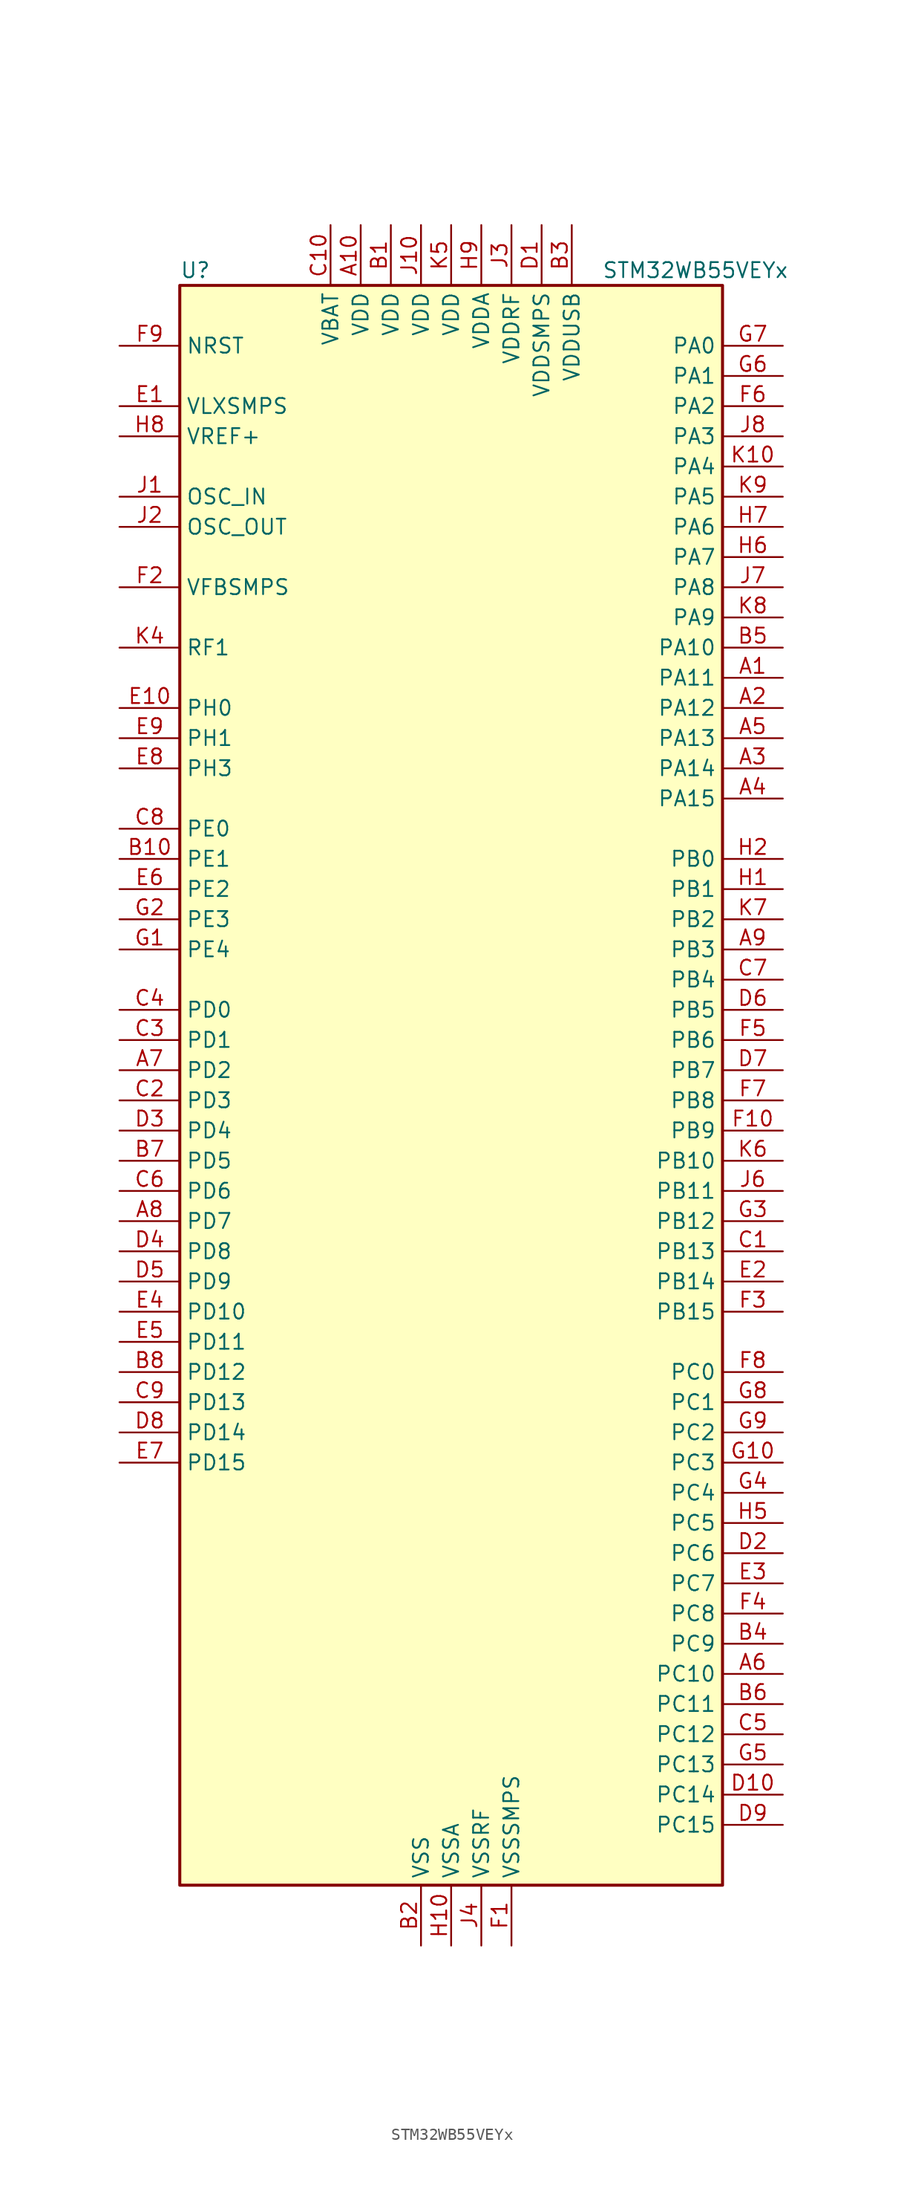
<source format=kicad_sym>
(kicad_symbol_lib
  (version 20231120)
  (generator "kicad-library-utils")
  (generator_version "8.0")
  (symbol "STM32WB55VEYx"
    (property "Reference" "U"
      (at -22.86 69.85 0)
      (effects (font (size 1.27 1.27)) (justify left)))
    (property "Value" "STM32WB55VEYx"
      (at 12.7 69.85 0)
      (effects (font (size 1.27 1.27)) (justify left)))
    (symbol "STM32WB55VEYx_0_1"
      (rectangle (start -22.86 -66.04) (end 22.86 68.58) (stroke (width 0.254) (type default)) (fill (type background))))
    (symbol "STM32WB55VEYx_1_1"
      (pin bidirectional line (at 27.94 35.56 180) (length 5.08) (name "PA11" (effects (font (size 1.27 1.27)))) (number "A1" (effects (font (size 1.27 1.27)))) (alternate "ADC1_EXTI11" bidirectional line) (alternate "SPI1_MISO" bidirectional line) (alternate "TIM1_BKIN2" bidirectional line) (alternate "TIM1_CH4" bidirectional line) (alternate "USART1_CTS" bidirectional line) (alternate "USART1_NSS" bidirectional line) (alternate "USB_DM" bidirectional line))
      (pin power_in line (at -7.62 73.66 270) (length 5.08) (name "VDD" (effects (font (size 1.27 1.27)))) (number "A10" (effects (font (size 1.27 1.27)))))
      (pin bidirectional line (at 27.94 33.02 180) (length 5.08) (name "PA12" (effects (font (size 1.27 1.27)))) (number "A2" (effects (font (size 1.27 1.27)))) (alternate "LPUART1_RX" bidirectional line) (alternate "SPI1_MOSI" bidirectional line) (alternate "TIM1_ETR" bidirectional line) (alternate "USART1_DE" bidirectional line) (alternate "USART1_RTS" bidirectional line) (alternate "USB_DP" bidirectional line))
      (pin bidirectional line (at 27.94 27.94 180) (length 5.08) (name "PA14" (effects (font (size 1.27 1.27)))) (number "A3" (effects (font (size 1.27 1.27)))) (alternate "I2C1_SMBA" bidirectional line) (alternate "LCD_SEG5" bidirectional line) (alternate "LPTIM1_OUT" bidirectional line) (alternate "SAI1_FS_B" bidirectional line) (alternate "SYS_JTCK-SWCLK" bidirectional line))
      (pin bidirectional line (at 27.94 25.4 180) (length 5.08) (name "PA15" (effects (font (size 1.27 1.27)))) (number "A4" (effects (font (size 1.27 1.27)))) (alternate "ADC1_EXTI15" bidirectional line) (alternate "LCD_SEG17" bidirectional line) (alternate "RCC_MCO" bidirectional line) (alternate "SPI1_NSS" bidirectional line) (alternate "SYS_JTDI" bidirectional line) (alternate "TIM2_CH1" bidirectional line) (alternate "TIM2_ETR" bidirectional line) (alternate "TSC_G3_IO1" bidirectional line))
      (pin bidirectional line (at 27.94 30.48 180) (length 5.08) (name "PA13" (effects (font (size 1.27 1.27)))) (number "A5" (effects (font (size 1.27 1.27)))) (alternate "IR_OUT" bidirectional line) (alternate "SAI1_SD_B" bidirectional line) (alternate "SYS_JTMS-SWDIO" bidirectional line) (alternate "USB_NOE" bidirectional line))
      (pin bidirectional line (at 27.94 -48.26 180) (length 5.08) (name "PC10" (effects (font (size 1.27 1.27)))) (number "A6" (effects (font (size 1.27 1.27)))) (alternate "LCD_COM4" bidirectional line) (alternate "LCD_SEG28" bidirectional line) (alternate "LCD_SEG40" bidirectional line) (alternate "SYS_TRACED1" bidirectional line) (alternate "TSC_G3_IO2" bidirectional line))
      (pin bidirectional line (at -27.94 2.54 0) (length 5.08) (name "PD2" (effects (font (size 1.27 1.27)))) (number "A7" (effects (font (size 1.27 1.27)))) (alternate "LCD_COM7" bidirectional line) (alternate "LCD_SEG31" bidirectional line) (alternate "LCD_SEG43" bidirectional line) (alternate "SYS_TRACED2" bidirectional line) (alternate "TSC_SYNC" bidirectional line))
      (pin bidirectional line (at -27.94 -10.16 0) (length 5.08) (name "PD7" (effects (font (size 1.27 1.27)))) (number "A8" (effects (font (size 1.27 1.27)))) (alternate "LCD_SEG39" bidirectional line) (alternate "QUADSPI_BK1_IO3" bidirectional line) (alternate "TSC_G5_IO4" bidirectional line))
      (pin bidirectional line (at 27.94 12.7 180) (length 5.08) (name "PB3" (effects (font (size 1.27 1.27)))) (number "A9" (effects (font (size 1.27 1.27)))) (alternate "COMP2_INM" bidirectional line) (alternate "LCD_SEG7" bidirectional line) (alternate "SAI1_SCK_B" bidirectional line) (alternate "SPI1_SCK" bidirectional line) (alternate "SYS_JTDO-SWO" bidirectional line) (alternate "TIM2_CH2" bidirectional line) (alternate "USART1_DE" bidirectional line) (alternate "USART1_RTS" bidirectional line))
      (pin power_in line (at -5.08 73.66 270) (length 5.08) (name "VDD" (effects (font (size 1.27 1.27)))) (number "B1" (effects (font (size 1.27 1.27)))))
      (pin bidirectional line (at -27.94 20.32 0) (length 5.08) (name "PE1" (effects (font (size 1.27 1.27)))) (number "B10" (effects (font (size 1.27 1.27)))) (alternate "LCD_SEG37" bidirectional line) (alternate "TIM17_CH1" bidirectional line) (alternate "TSC_G7_IO2" bidirectional line))
      (pin power_in line (at -2.54 -71.12 90) (length 5.08) (name "VSS" (effects (font (size 1.27 1.27)))) (number "B2" (effects (font (size 1.27 1.27)))))
      (pin power_in line (at 10.16 73.66 270) (length 5.08) (name "VDDUSB" (effects (font (size 1.27 1.27)))) (number "B3" (effects (font (size 1.27 1.27)))))
      (pin bidirectional line (at 27.94 -45.72 180) (length 5.08) (name "PC9" (effects (font (size 1.27 1.27)))) (number "B4" (effects (font (size 1.27 1.27)))) (alternate "LCD_SEG27" bidirectional line) (alternate "SAI1_SCK_B" bidirectional line) (alternate "TIM1_BKIN" bidirectional line) (alternate "TSC_G4_IO4" bidirectional line) (alternate "USB_NOE" bidirectional line))
      (pin bidirectional line (at 27.94 38.1 180) (length 5.08) (name "PA10" (effects (font (size 1.27 1.27)))) (number "B5" (effects (font (size 1.27 1.27)))) (alternate "CRS_SYNC" bidirectional line) (alternate "I2C1_SDA" bidirectional line) (alternate "LCD_COM2" bidirectional line) (alternate "SAI1_D1" bidirectional line) (alternate "SAI1_SD_A" bidirectional line) (alternate "TIM17_BKIN" bidirectional line) (alternate "TIM1_CH3" bidirectional line) (alternate "USART1_RX" bidirectional line))
      (pin bidirectional line (at 27.94 -50.8 180) (length 5.08) (name "PC11" (effects (font (size 1.27 1.27)))) (number "B6" (effects (font (size 1.27 1.27)))) (alternate "ADC1_EXTI11" bidirectional line) (alternate "LCD_COM5" bidirectional line) (alternate "LCD_SEG29" bidirectional line) (alternate "LCD_SEG41" bidirectional line) (alternate "TSC_G3_IO3" bidirectional line))
      (pin bidirectional line (at -27.94 -5.08 0) (length 5.08) (name "PD5" (effects (font (size 1.27 1.27)))) (number "B7" (effects (font (size 1.27 1.27)))) (alternate "QUADSPI_BK1_IO1" bidirectional line) (alternate "SAI1_MCLK_B" bidirectional line) (alternate "TSC_G5_IO2" bidirectional line))
      (pin bidirectional line (at -27.94 -22.86 0) (length 5.08) (name "PD12" (effects (font (size 1.27 1.27)))) (number "B8" (effects (font (size 1.27 1.27)))) (alternate "LCD_SEG32" bidirectional line) (alternate "LPTIM2_IN1" bidirectional line) (alternate "TSC_G6_IO3" bidirectional line))
      (pin passive line (at -2.54 -71.12 90) (length 5.08) hide (name "VSS" (effects (font (size 1.27 1.27)))) (number "B9" (effects (font (size 1.27 1.27)))))
      (pin bidirectional line (at 27.94 -12.7 180) (length 5.08) (name "PB13" (effects (font (size 1.27 1.27)))) (number "C1" (effects (font (size 1.27 1.27)))) (alternate "I2C3_SCL" bidirectional line) (alternate "LCD_SEG13" bidirectional line) (alternate "LPUART1_CTS" bidirectional line) (alternate "SAI1_SCK_A" bidirectional line) (alternate "SPI2_SCK" bidirectional line) (alternate "TIM1_CH1N" bidirectional line) (alternate "TSC_G1_IO2" bidirectional line))
      (pin power_in line (at -10.16 73.66 270) (length 5.08) (name "VBAT" (effects (font (size 1.27 1.27)))) (number "C10" (effects (font (size 1.27 1.27)))))
      (pin bidirectional line (at -27.94 0 0) (length 5.08) (name "PD3" (effects (font (size 1.27 1.27)))) (number "C2" (effects (font (size 1.27 1.27)))) (alternate "QUADSPI_BK1_NCS" bidirectional line) (alternate "SPI2_MISO" bidirectional line) (alternate "SPI2_SCK" bidirectional line))
      (pin bidirectional line (at -27.94 5.08 0) (length 5.08) (name "PD1" (effects (font (size 1.27 1.27)))) (number "C3" (effects (font (size 1.27 1.27)))) (alternate "SPI2_SCK" bidirectional line))
      (pin bidirectional line (at -27.94 7.62 0) (length 5.08) (name "PD0" (effects (font (size 1.27 1.27)))) (number "C4" (effects (font (size 1.27 1.27)))) (alternate "SPI2_NSS" bidirectional line))
      (pin bidirectional line (at 27.94 -53.34 180) (length 5.08) (name "PC12" (effects (font (size 1.27 1.27)))) (number "C5" (effects (font (size 1.27 1.27)))) (alternate "LCD_COM6" bidirectional line) (alternate "LCD_SEG30" bidirectional line) (alternate "LCD_SEG42" bidirectional line) (alternate "RCC_LSCO" bidirectional line) (alternate "RTC_TAMP3" bidirectional line) (alternate "SYS_TRACED3" bidirectional line) (alternate "SYS_WKUP3" bidirectional line) (alternate "TSC_G3_IO4" bidirectional line))
      (pin bidirectional line (at -27.94 -7.62 0) (length 5.08) (name "PD6" (effects (font (size 1.27 1.27)))) (number "C6" (effects (font (size 1.27 1.27)))) (alternate "QUADSPI_BK1_IO2" bidirectional line) (alternate "SAI1_D1" bidirectional line) (alternate "SAI1_SD_A" bidirectional line) (alternate "TSC_G5_IO3" bidirectional line))
      (pin bidirectional line (at 27.94 10.16 180) (length 5.08) (name "PB4" (effects (font (size 1.27 1.27)))) (number "C7" (effects (font (size 1.27 1.27)))) (alternate "COMP2_INP" bidirectional line) (alternate "I2C3_SDA" bidirectional line) (alternate "LCD_SEG8" bidirectional line) (alternate "SAI1_MCLK_B" bidirectional line) (alternate "SPI1_MISO" bidirectional line) (alternate "SYS_JTRST" bidirectional line) (alternate "TIM17_BKIN" bidirectional line) (alternate "TSC_G2_IO1" bidirectional line) (alternate "USART1_CTS" bidirectional line) (alternate "USART1_NSS" bidirectional line))
      (pin bidirectional line (at -27.94 22.86 0) (length 5.08) (name "PE0" (effects (font (size 1.27 1.27)))) (number "C8" (effects (font (size 1.27 1.27)))) (alternate "LCD_SEG36" bidirectional line) (alternate "TIM16_CH1" bidirectional line) (alternate "TIM1_ETR" bidirectional line) (alternate "TSC_G7_IO3" bidirectional line))
      (pin bidirectional line (at -27.94 -25.4 0) (length 5.08) (name "PD13" (effects (font (size 1.27 1.27)))) (number "C9" (effects (font (size 1.27 1.27)))) (alternate "LCD_SEG33" bidirectional line) (alternate "LPTIM2_OUT" bidirectional line) (alternate "TSC_G6_IO4" bidirectional line))
      (pin power_in line (at 7.62 73.66 270) (length 5.08) (name "VDDSMPS" (effects (font (size 1.27 1.27)))) (number "D1" (effects (font (size 1.27 1.27)))))
      (pin bidirectional line (at 27.94 -58.42 180) (length 5.08) (name "PC14" (effects (font (size 1.27 1.27)))) (number "D10" (effects (font (size 1.27 1.27)))) (alternate "RCC_OSC32_IN" bidirectional line))
      (pin bidirectional line (at 27.94 -38.1 180) (length 5.08) (name "PC6" (effects (font (size 1.27 1.27)))) (number "D2" (effects (font (size 1.27 1.27)))) (alternate "LCD_SEG24" bidirectional line) (alternate "TSC_G4_IO1" bidirectional line))
      (pin bidirectional line (at -27.94 -2.54 0) (length 5.08) (name "PD4" (effects (font (size 1.27 1.27)))) (number "D3" (effects (font (size 1.27 1.27)))) (alternate "QUADSPI_BK1_IO0" bidirectional line) (alternate "SPI2_MOSI" bidirectional line) (alternate "TSC_G5_IO1" bidirectional line))
      (pin bidirectional line (at -27.94 -12.7 0) (length 5.08) (name "PD8" (effects (font (size 1.27 1.27)))) (number "D4" (effects (font (size 1.27 1.27)))) (alternate "LCD_SEG28" bidirectional line) (alternate "TIM1_BKIN2" bidirectional line))
      (pin bidirectional line (at -27.94 -15.24 0) (length 5.08) (name "PD9" (effects (font (size 1.27 1.27)))) (number "D5" (effects (font (size 1.27 1.27)))) (alternate "LCD_SEG29" bidirectional line) (alternate "SYS_TRACED0" bidirectional line))
      (pin bidirectional line (at 27.94 7.62 180) (length 5.08) (name "PB5" (effects (font (size 1.27 1.27)))) (number "D6" (effects (font (size 1.27 1.27)))) (alternate "COMP2_OUT" bidirectional line) (alternate "I2C1_SMBA" bidirectional line) (alternate "LCD_SEG9" bidirectional line) (alternate "LPTIM1_IN1" bidirectional line) (alternate "LPUART1_TX" bidirectional line) (alternate "SAI1_SD_B" bidirectional line) (alternate "SPI1_MOSI" bidirectional line) (alternate "TIM16_BKIN" bidirectional line) (alternate "TSC_G2_IO2" bidirectional line) (alternate "USART1_CK" bidirectional line))
      (pin bidirectional line (at 27.94 2.54 180) (length 5.08) (name "PB7" (effects (font (size 1.27 1.27)))) (number "D7" (effects (font (size 1.27 1.27)))) (alternate "COMP2_INM" bidirectional line) (alternate "I2C1_SDA" bidirectional line) (alternate "LCD_SEG21" bidirectional line) (alternate "LPTIM1_IN2" bidirectional line) (alternate "SYS_PVD_IN" bidirectional line) (alternate "TIM17_CH1N" bidirectional line) (alternate "TIM1_BKIN" bidirectional line) (alternate "TSC_G2_IO4" bidirectional line) (alternate "USART1_RX" bidirectional line))
      (pin bidirectional line (at -27.94 -27.94 0) (length 5.08) (name "PD14" (effects (font (size 1.27 1.27)))) (number "D8" (effects (font (size 1.27 1.27)))) (alternate "LCD_SEG34" bidirectional line) (alternate "TIM1_CH1" bidirectional line))
      (pin bidirectional line (at 27.94 -60.96 180) (length 5.08) (name "PC15" (effects (font (size 1.27 1.27)))) (number "D9" (effects (font (size 1.27 1.27)))) (alternate "ADC1_EXTI15" bidirectional line) (alternate "RCC_OSC32_OUT" bidirectional line))
      (pin power_in line (at -27.94 58.42 0) (length 5.08) (name "VLXSMPS" (effects (font (size 1.27 1.27)))) (number "E1" (effects (font (size 1.27 1.27)))))
      (pin bidirectional line (at -27.94 33.02 0) (length 5.08) (name "PH0" (effects (font (size 1.27 1.27)))) (number "E10" (effects (font (size 1.27 1.27)))))
      (pin bidirectional line (at 27.94 -15.24 180) (length 5.08) (name "PB14" (effects (font (size 1.27 1.27)))) (number "E2" (effects (font (size 1.27 1.27)))) (alternate "I2C3_SDA" bidirectional line) (alternate "LCD_SEG14" bidirectional line) (alternate "SAI1_MCLK_A" bidirectional line) (alternate "SPI2_MISO" bidirectional line) (alternate "TIM1_CH2N" bidirectional line) (alternate "TSC_G1_IO3" bidirectional line))
      (pin bidirectional line (at 27.94 -40.64 180) (length 5.08) (name "PC7" (effects (font (size 1.27 1.27)))) (number "E3" (effects (font (size 1.27 1.27)))) (alternate "LCD_SEG25" bidirectional line) (alternate "TSC_G4_IO2" bidirectional line))
      (pin bidirectional line (at -27.94 -17.78 0) (length 5.08) (name "PD10" (effects (font (size 1.27 1.27)))) (number "E4" (effects (font (size 1.27 1.27)))) (alternate "LCD_SEG30" bidirectional line) (alternate "SYS_TRIG_INOUT" bidirectional line) (alternate "TSC_G6_IO1" bidirectional line))
      (pin bidirectional line (at -27.94 -20.32 0) (length 5.08) (name "PD11" (effects (font (size 1.27 1.27)))) (number "E5" (effects (font (size 1.27 1.27)))) (alternate "ADC1_EXTI11" bidirectional line) (alternate "LCD_SEG31" bidirectional line) (alternate "LPTIM2_ETR" bidirectional line) (alternate "TSC_G6_IO2" bidirectional line))
      (pin bidirectional line (at -27.94 17.78 0) (length 5.08) (name "PE2" (effects (font (size 1.27 1.27)))) (number "E6" (effects (font (size 1.27 1.27)))) (alternate "LCD_SEG38" bidirectional line) (alternate "SAI1_CK1" bidirectional line) (alternate "SAI1_MCLK_A" bidirectional line) (alternate "SYS_TRACECLK" bidirectional line) (alternate "TSC_G7_IO1" bidirectional line))
      (pin bidirectional line (at -27.94 -30.48 0) (length 5.08) (name "PD15" (effects (font (size 1.27 1.27)))) (number "E7" (effects (font (size 1.27 1.27)))) (alternate "ADC1_EXTI15" bidirectional line) (alternate "LCD_SEG35" bidirectional line) (alternate "TIM1_CH2" bidirectional line))
      (pin bidirectional line (at -27.94 27.94 0) (length 5.08) (name "PH3" (effects (font (size 1.27 1.27)))) (number "E8" (effects (font (size 1.27 1.27)))) (alternate "RCC_LSCO" bidirectional line))
      (pin bidirectional line (at -27.94 30.48 0) (length 5.08) (name "PH1" (effects (font (size 1.27 1.27)))) (number "E9" (effects (font (size 1.27 1.27)))))
      (pin power_in line (at 5.08 -71.12 90) (length 5.08) (name "VSSSMPS" (effects (font (size 1.27 1.27)))) (number "F1" (effects (font (size 1.27 1.27)))))
      (pin bidirectional line (at 27.94 -2.54 180) (length 5.08) (name "PB9" (effects (font (size 1.27 1.27)))) (number "F10" (effects (font (size 1.27 1.27)))) (alternate "I2C1_SDA" bidirectional line) (alternate "IR_OUT" bidirectional line) (alternate "LCD_COM3" bidirectional line) (alternate "QUADSPI_BK1_IO0" bidirectional line) (alternate "SAI1_D2" bidirectional line) (alternate "SAI1_FS_A" bidirectional line) (alternate "SPI2_NSS" bidirectional line) (alternate "TIM17_CH1" bidirectional line) (alternate "TIM1_CH3N" bidirectional line) (alternate "TSC_G7_IO4" bidirectional line))
      (pin input line (at -27.94 43.18 0) (length 5.08) (name "VFBSMPS" (effects (font (size 1.27 1.27)))) (number "F2" (effects (font (size 1.27 1.27)))))
      (pin bidirectional line (at 27.94 -17.78 180) (length 5.08) (name "PB15" (effects (font (size 1.27 1.27)))) (number "F3" (effects (font (size 1.27 1.27)))) (alternate "ADC1_EXTI15" bidirectional line) (alternate "LCD_SEG15" bidirectional line) (alternate "RTC_REFIN" bidirectional line) (alternate "SAI1_SD_A" bidirectional line) (alternate "SPI2_MOSI" bidirectional line) (alternate "TIM1_CH3N" bidirectional line) (alternate "TSC_G1_IO4" bidirectional line))
      (pin bidirectional line (at 27.94 -43.18 180) (length 5.08) (name "PC8" (effects (font (size 1.27 1.27)))) (number "F4" (effects (font (size 1.27 1.27)))) (alternate "LCD_SEG26" bidirectional line) (alternate "TSC_G4_IO3" bidirectional line))
      (pin bidirectional line (at 27.94 5.08 180) (length 5.08) (name "PB6" (effects (font (size 1.27 1.27)))) (number "F5" (effects (font (size 1.27 1.27)))) (alternate "COMP2_INP" bidirectional line) (alternate "I2C1_SCL" bidirectional line) (alternate "LCD_SEG6" bidirectional line) (alternate "LPTIM1_ETR" bidirectional line) (alternate "RCC_MCO" bidirectional line) (alternate "SAI1_FS_B" bidirectional line) (alternate "TIM16_CH1N" bidirectional line) (alternate "TSC_G2_IO3" bidirectional line) (alternate "USART1_TX" bidirectional line))
      (pin bidirectional line (at 27.94 58.42 180) (length 5.08) (name "PA2" (effects (font (size 1.27 1.27)))) (number "F6" (effects (font (size 1.27 1.27)))) (alternate "ADC1_IN7" bidirectional line) (alternate "COMP2_INM" bidirectional line) (alternate "COMP2_OUT" bidirectional line) (alternate "LCD_SEG1" bidirectional line) (alternate "LPUART1_TX" bidirectional line) (alternate "QUADSPI_BK1_NCS" bidirectional line) (alternate "RCC_LSCO" bidirectional line) (alternate "SYS_WKUP4" bidirectional line) (alternate "TIM2_CH3" bidirectional line))
      (pin bidirectional line (at 27.94 0 180) (length 5.08) (name "PB8" (effects (font (size 1.27 1.27)))) (number "F7" (effects (font (size 1.27 1.27)))) (alternate "I2C1_SCL" bidirectional line) (alternate "LCD_SEG16" bidirectional line) (alternate "QUADSPI_BK1_IO1" bidirectional line) (alternate "SAI1_CK1" bidirectional line) (alternate "SAI1_MCLK_A" bidirectional line) (alternate "TIM16_CH1" bidirectional line) (alternate "TIM1_CH2N" bidirectional line))
      (pin bidirectional line (at 27.94 -22.86 180) (length 5.08) (name "PC0" (effects (font (size 1.27 1.27)))) (number "F8" (effects (font (size 1.27 1.27)))) (alternate "ADC1_IN1" bidirectional line) (alternate "I2C3_SCL" bidirectional line) (alternate "LCD_SEG18" bidirectional line) (alternate "LPTIM1_IN1" bidirectional line) (alternate "LPTIM2_IN1" bidirectional line) (alternate "LPUART1_RX" bidirectional line))
      (pin input line (at -27.94 63.5 0) (length 5.08) (name "NRST" (effects (font (size 1.27 1.27)))) (number "F9" (effects (font (size 1.27 1.27)))))
      (pin bidirectional line (at -27.94 12.7 0) (length 5.08) (name "PE4" (effects (font (size 1.27 1.27)))) (number "G1" (effects (font (size 1.27 1.27)))))
      (pin bidirectional line (at 27.94 -30.48 180) (length 5.08) (name "PC3" (effects (font (size 1.27 1.27)))) (number "G10" (effects (font (size 1.27 1.27)))) (alternate "ADC1_IN4" bidirectional line) (alternate "LCD_VLCD" bidirectional line) (alternate "LPTIM1_ETR" bidirectional line) (alternate "LPTIM2_ETR" bidirectional line) (alternate "SAI1_D1" bidirectional line) (alternate "SAI1_SD_A" bidirectional line) (alternate "SPI2_MOSI" bidirectional line))
      (pin bidirectional line (at -27.94 15.24 0) (length 5.08) (name "PE3" (effects (font (size 1.27 1.27)))) (number "G2" (effects (font (size 1.27 1.27)))))
      (pin bidirectional line (at 27.94 -10.16 180) (length 5.08) (name "PB12" (effects (font (size 1.27 1.27)))) (number "G3" (effects (font (size 1.27 1.27)))) (alternate "I2C3_SMBA" bidirectional line) (alternate "LCD_SEG12" bidirectional line) (alternate "LPUART1_DE" bidirectional line) (alternate "LPUART1_RTS" bidirectional line) (alternate "SAI1_FS_A" bidirectional line) (alternate "SPI2_NSS" bidirectional line) (alternate "TIM1_BKIN" bidirectional line) (alternate "TSC_G1_IO1" bidirectional line))
      (pin bidirectional line (at 27.94 -33.02 180) (length 5.08) (name "PC4" (effects (font (size 1.27 1.27)))) (number "G4" (effects (font (size 1.27 1.27)))) (alternate "ADC1_IN13" bidirectional line) (alternate "COMP1_INM" bidirectional line) (alternate "LCD_SEG22" bidirectional line))
      (pin bidirectional line (at 27.94 -55.88 180) (length 5.08) (name "PC13" (effects (font (size 1.27 1.27)))) (number "G5" (effects (font (size 1.27 1.27)))) (alternate "RTC_OUT1" bidirectional line) (alternate "RTC_TAMP1" bidirectional line) (alternate "RTC_TS" bidirectional line) (alternate "SYS_WKUP2" bidirectional line))
      (pin bidirectional line (at 27.94 60.96 180) (length 5.08) (name "PA1" (effects (font (size 1.27 1.27)))) (number "G6" (effects (font (size 1.27 1.27)))) (alternate "ADC1_IN6" bidirectional line) (alternate "COMP1_INP" bidirectional line) (alternate "I2C1_SMBA" bidirectional line) (alternate "LCD_SEG0" bidirectional line) (alternate "SPI1_SCK" bidirectional line) (alternate "TIM2_CH2" bidirectional line))
      (pin bidirectional line (at 27.94 63.5 180) (length 5.08) (name "PA0" (effects (font (size 1.27 1.27)))) (number "G7" (effects (font (size 1.27 1.27)))) (alternate "ADC1_IN5" bidirectional line) (alternate "COMP1_INM" bidirectional line) (alternate "COMP1_OUT" bidirectional line) (alternate "RTC_TAMP2" bidirectional line) (alternate "SAI1_EXTCLK" bidirectional line) (alternate "SYS_WKUP1" bidirectional line) (alternate "TIM2_CH1" bidirectional line) (alternate "TIM2_ETR" bidirectional line))
      (pin bidirectional line (at 27.94 -25.4 180) (length 5.08) (name "PC1" (effects (font (size 1.27 1.27)))) (number "G8" (effects (font (size 1.27 1.27)))) (alternate "ADC1_IN2" bidirectional line) (alternate "I2C3_SDA" bidirectional line) (alternate "LCD_SEG19" bidirectional line) (alternate "LPTIM1_OUT" bidirectional line) (alternate "LPUART1_TX" bidirectional line) (alternate "SPI2_MOSI" bidirectional line))
      (pin bidirectional line (at 27.94 -27.94 180) (length 5.08) (name "PC2" (effects (font (size 1.27 1.27)))) (number "G9" (effects (font (size 1.27 1.27)))) (alternate "ADC1_IN3" bidirectional line) (alternate "LCD_SEG20" bidirectional line) (alternate "LPTIM1_IN2" bidirectional line) (alternate "SPI2_MISO" bidirectional line))
      (pin bidirectional line (at 27.94 17.78 180) (length 5.08) (name "PB1" (effects (font (size 1.27 1.27)))) (number "H1" (effects (font (size 1.27 1.27)))) (alternate "LPTIM2_IN1" bidirectional line) (alternate "LPUART1_DE" bidirectional line) (alternate "LPUART1_RTS" bidirectional line))
      (pin power_in line (at 0 -71.12 90) (length 5.08) (name "VSSA" (effects (font (size 1.27 1.27)))) (number "H10" (effects (font (size 1.27 1.27)))))
      (pin bidirectional line (at 27.94 20.32 180) (length 5.08) (name "PB0" (effects (font (size 1.27 1.27)))) (number "H2" (effects (font (size 1.27 1.27)))) (alternate "COMP1_OUT" bidirectional line) (alternate "RF_TX_MOD_EXT_PA" bidirectional line))
      (pin no_connect line (at -22.86 -66.04 0) (length 5.08) hide (name "AT0" (effects (font (size 1.27 1.27)))) (number "H3" (effects (font (size 1.27 1.27)))))
      (pin no_connect line (at -22.86 -63.5 0) (length 5.08) hide (name "AT1" (effects (font (size 1.27 1.27)))) (number "H4" (effects (font (size 1.27 1.27)))))
      (pin bidirectional line (at 27.94 -35.56 180) (length 5.08) (name "PC5" (effects (font (size 1.27 1.27)))) (number "H5" (effects (font (size 1.27 1.27)))) (alternate "ADC1_IN14" bidirectional line) (alternate "COMP1_INP" bidirectional line) (alternate "LCD_SEG23" bidirectional line) (alternate "SAI1_D3" bidirectional line) (alternate "SYS_WKUP5" bidirectional line))
      (pin bidirectional line (at 27.94 45.72 180) (length 5.08) (name "PA7" (effects (font (size 1.27 1.27)))) (number "H6" (effects (font (size 1.27 1.27)))) (alternate "ADC1_IN12" bidirectional line) (alternate "COMP2_OUT" bidirectional line) (alternate "I2C3_SCL" bidirectional line) (alternate "LCD_SEG4" bidirectional line) (alternate "QUADSPI_BK1_IO2" bidirectional line) (alternate "SPI1_MOSI" bidirectional line) (alternate "TIM17_CH1" bidirectional line) (alternate "TIM1_CH1N" bidirectional line))
      (pin bidirectional line (at 27.94 48.26 180) (length 5.08) (name "PA6" (effects (font (size 1.27 1.27)))) (number "H7" (effects (font (size 1.27 1.27)))) (alternate "ADC1_IN11" bidirectional line) (alternate "LCD_SEG3" bidirectional line) (alternate "LPUART1_CTS" bidirectional line) (alternate "QUADSPI_BK1_IO3" bidirectional line) (alternate "SPI1_MISO" bidirectional line) (alternate "TIM16_CH1" bidirectional line) (alternate "TIM1_BKIN" bidirectional line))
      (pin input line (at -27.94 55.88 0) (length 5.08) (name "VREF+" (effects (font (size 1.27 1.27)))) (number "H8" (effects (font (size 1.27 1.27)))) (alternate "VREFBUF_OUT" bidirectional line))
      (pin power_in line (at 2.54 73.66 270) (length 5.08) (name "VDDA" (effects (font (size 1.27 1.27)))) (number "H9" (effects (font (size 1.27 1.27)))))
      (pin input line (at -27.94 50.8 0) (length 5.08) (name "OSC_IN" (effects (font (size 1.27 1.27)))) (number "J1" (effects (font (size 1.27 1.27)))) (alternate "RCC_OSC_IN" bidirectional line))
      (pin power_in line (at -2.54 73.66 270) (length 5.08) (name "VDD" (effects (font (size 1.27 1.27)))) (number "J10" (effects (font (size 1.27 1.27)))))
      (pin input line (at -27.94 48.26 0) (length 5.08) (name "OSC_OUT" (effects (font (size 1.27 1.27)))) (number "J2" (effects (font (size 1.27 1.27)))) (alternate "RCC_OSC_OUT" bidirectional line))
      (pin power_in line (at 5.08 73.66 270) (length 5.08) (name "VDDRF" (effects (font (size 1.27 1.27)))) (number "J3" (effects (font (size 1.27 1.27)))))
      (pin power_in line (at 2.54 -71.12 90) (length 5.08) (name "VSSRF" (effects (font (size 1.27 1.27)))) (number "J4" (effects (font (size 1.27 1.27)))))
      (pin passive line (at -2.54 -71.12 90) (length 5.08) hide (name "VSS" (effects (font (size 1.27 1.27)))) (number "J5" (effects (font (size 1.27 1.27)))))
      (pin bidirectional line (at 27.94 -7.62 180) (length 5.08) (name "PB11" (effects (font (size 1.27 1.27)))) (number "J6" (effects (font (size 1.27 1.27)))) (alternate "ADC1_EXTI11" bidirectional line) (alternate "COMP2_OUT" bidirectional line) (alternate "I2C3_SDA" bidirectional line) (alternate "LCD_SEG11" bidirectional line) (alternate "LPUART1_TX" bidirectional line) (alternate "QUADSPI_BK1_NCS" bidirectional line) (alternate "TIM2_CH4" bidirectional line))
      (pin bidirectional line (at 27.94 43.18 180) (length 5.08) (name "PA8" (effects (font (size 1.27 1.27)))) (number "J7" (effects (font (size 1.27 1.27)))) (alternate "ADC1_IN15" bidirectional line) (alternate "LCD_COM0" bidirectional line) (alternate "LPTIM2_OUT" bidirectional line) (alternate "RCC_MCO" bidirectional line) (alternate "SAI1_CK2" bidirectional line) (alternate "SAI1_SCK_A" bidirectional line) (alternate "TIM1_CH1" bidirectional line) (alternate "USART1_CK" bidirectional line))
      (pin bidirectional line (at 27.94 55.88 180) (length 5.08) (name "PA3" (effects (font (size 1.27 1.27)))) (number "J8" (effects (font (size 1.27 1.27)))) (alternate "ADC1_IN8" bidirectional line) (alternate "COMP2_INP" bidirectional line) (alternate "LCD_SEG2" bidirectional line) (alternate "LPUART1_RX" bidirectional line) (alternate "QUADSPI_CLK" bidirectional line) (alternate "SAI1_CK1" bidirectional line) (alternate "SAI1_MCLK_A" bidirectional line) (alternate "TIM2_CH4" bidirectional line))
      (pin passive line (at -2.54 -71.12 90) (length 5.08) hide (name "VSS" (effects (font (size 1.27 1.27)))) (number "J9" (effects (font (size 1.27 1.27)))))
      (pin passive line (at 2.54 -71.12 90) (length 5.08) hide (name "VSSRF" (effects (font (size 1.27 1.27)))) (number "K1" (effects (font (size 1.27 1.27)))))
      (pin bidirectional line (at 27.94 53.34 180) (length 5.08) (name "PA4" (effects (font (size 1.27 1.27)))) (number "K10" (effects (font (size 1.27 1.27)))) (alternate "ADC1_IN9" bidirectional line) (alternate "COMP1_INM" bidirectional line) (alternate "COMP2_INM" bidirectional line) (alternate "LCD_SEG5" bidirectional line) (alternate "LPTIM2_OUT" bidirectional line) (alternate "SAI1_FS_B" bidirectional line) (alternate "SPI1_NSS" bidirectional line))
      (pin passive line (at 2.54 -71.12 90) (length 5.08) hide (name "VSSRF" (effects (font (size 1.27 1.27)))) (number "K2" (effects (font (size 1.27 1.27)))))
      (pin passive line (at 2.54 -71.12 90) (length 5.08) hide (name "VSSRF" (effects (font (size 1.27 1.27)))) (number "K3" (effects (font (size 1.27 1.27)))))
      (pin bidirectional line (at -27.94 38.1 0) (length 5.08) (name "RF1" (effects (font (size 1.27 1.27)))) (number "K4" (effects (font (size 1.27 1.27)))) (alternate "RF_RF1" bidirectional line))
      (pin power_in line (at 0 73.66 270) (length 5.08) (name "VDD" (effects (font (size 1.27 1.27)))) (number "K5" (effects (font (size 1.27 1.27)))))
      (pin bidirectional line (at 27.94 -5.08 180) (length 5.08) (name "PB10" (effects (font (size 1.27 1.27)))) (number "K6" (effects (font (size 1.27 1.27)))) (alternate "COMP1_OUT" bidirectional line) (alternate "I2C3_SCL" bidirectional line) (alternate "LCD_SEG10" bidirectional line) (alternate "LPUART1_RX" bidirectional line) (alternate "QUADSPI_CLK" bidirectional line) (alternate "SAI1_SCK_A" bidirectional line) (alternate "SPI2_SCK" bidirectional line) (alternate "TIM2_CH3" bidirectional line) (alternate "TSC_SYNC" bidirectional line))
      (pin bidirectional line (at 27.94 15.24 180) (length 5.08) (name "PB2" (effects (font (size 1.27 1.27)))) (number "K7" (effects (font (size 1.27 1.27)))) (alternate "COMP1_INP" bidirectional line) (alternate "I2C3_SMBA" bidirectional line) (alternate "LCD_VLCD" bidirectional line) (alternate "LPTIM1_OUT" bidirectional line) (alternate "RTC_OUT2" bidirectional line) (alternate "SAI1_EXTCLK" bidirectional line) (alternate "SPI1_NSS" bidirectional line))
      (pin bidirectional line (at 27.94 40.64 180) (length 5.08) (name "PA9" (effects (font (size 1.27 1.27)))) (number "K8" (effects (font (size 1.27 1.27)))) (alternate "ADC1_IN16" bidirectional line) (alternate "COMP1_INM" bidirectional line) (alternate "I2C1_SCL" bidirectional line) (alternate "LCD_COM1" bidirectional line) (alternate "SAI1_D2" bidirectional line) (alternate "SAI1_FS_A" bidirectional line) (alternate "SPI2_SCK" bidirectional line) (alternate "TIM1_CH2" bidirectional line) (alternate "USART1_TX" bidirectional line))
      (pin bidirectional line (at 27.94 50.8 180) (length 5.08) (name "PA5" (effects (font (size 1.27 1.27)))) (number "K9" (effects (font (size 1.27 1.27)))) (alternate "ADC1_IN10" bidirectional line) (alternate "COMP1_INM" bidirectional line) (alternate "COMP2_INM" bidirectional line) (alternate "LPTIM2_ETR" bidirectional line) (alternate "SAI1_SD_B" bidirectional line) (alternate "SPI1_SCK" bidirectional line) (alternate "TIM2_CH1" bidirectional line) (alternate "TIM2_ETR" bidirectional line)))))
</source>
